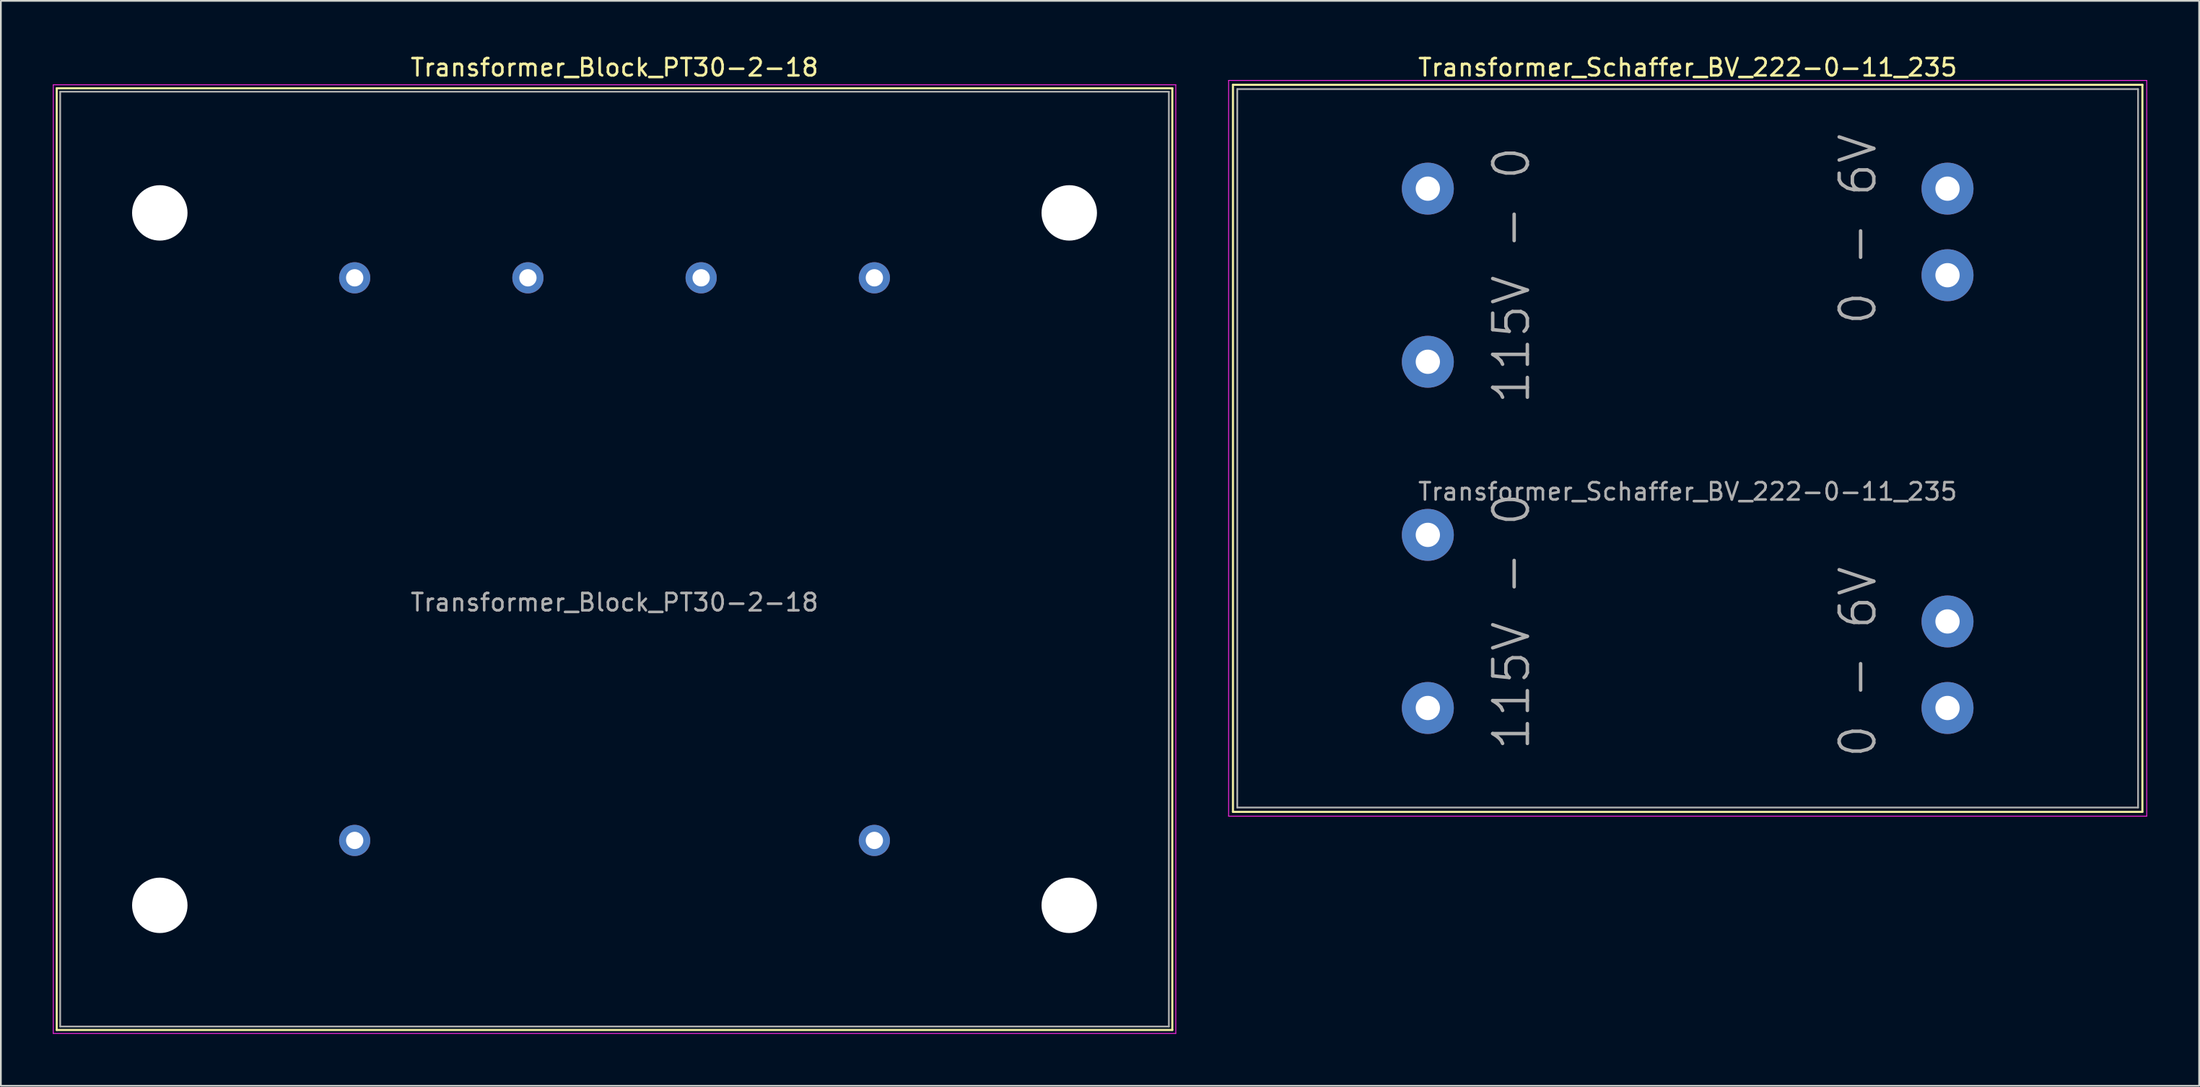
<source format=kicad_pcb>
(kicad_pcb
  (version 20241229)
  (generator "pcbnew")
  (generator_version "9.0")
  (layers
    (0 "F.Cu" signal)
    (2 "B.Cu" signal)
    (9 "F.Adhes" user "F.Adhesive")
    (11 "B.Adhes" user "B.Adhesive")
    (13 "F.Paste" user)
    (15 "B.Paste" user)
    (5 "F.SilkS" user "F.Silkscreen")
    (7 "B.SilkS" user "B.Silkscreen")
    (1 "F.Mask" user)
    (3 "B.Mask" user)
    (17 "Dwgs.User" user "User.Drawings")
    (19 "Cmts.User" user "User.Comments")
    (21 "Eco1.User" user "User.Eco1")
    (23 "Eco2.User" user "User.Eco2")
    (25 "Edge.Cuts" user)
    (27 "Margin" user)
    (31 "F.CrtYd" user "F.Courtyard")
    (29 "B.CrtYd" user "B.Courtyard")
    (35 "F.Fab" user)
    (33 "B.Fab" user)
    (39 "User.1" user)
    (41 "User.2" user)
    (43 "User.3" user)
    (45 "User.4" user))
  (footprint "Transformer_Schaffer_BV_222-0-11_235"
    (layer "F.Cu")
    (at 94.375 22.848)
    (property "Reference" "Transformer_Schaffer_BV_222-0-11_235" (at 0 -22 0) (unlocked yes) (layer "F.SilkS") (effects (font (size 1 1) (thickness 0.15))))
    (attr through_hole)
    (fp_line (start -26.25 -21) (end -26.25 21) (stroke (width 0.12) (type default)) (layer "F.SilkS"))
    (fp_line (start -26.25 21) (end 26.25 21) (stroke (width 0.12) (type default)) (layer "F.SilkS"))
    (fp_line (start 26.25 -21) (end -26.25 -21) (stroke (width 0.12) (type default)) (layer "F.SilkS"))
    (fp_line (start 26.25 21) (end 26.25 -21) (stroke (width 0.12) (type default)) (layer "F.SilkS"))
    (fp_line (start -26.5 -21.25) (end -26.5 21.25) (stroke (width 0.05) (type default)) (layer "F.CrtYd"))
    (fp_line (start -26.5 21.25) (end 26.5 21.25) (stroke (width 0.05) (type default)) (layer "F.CrtYd"))
    (fp_line (start 26.5 -21.25) (end -26.5 -21.25) (stroke (width 0.05) (type default)) (layer "F.CrtYd"))
    (fp_line (start 26.5 21.25) (end 26.5 -21.25) (stroke (width 0.05) (type default)) (layer "F.CrtYd"))
    (fp_line (start -26 -20.75) (end 26 -20.75) (stroke (width 0.1) (type default)) (layer "F.Fab"))
    (fp_line (start -26 20.75) (end -26 -20.75) (stroke (width 0.1) (type default)) (layer "F.Fab"))
    (fp_line (start 26 -20.75) (end 26 20.75) (stroke (width 0.1) (type default)) (layer "F.Fab"))
    (fp_line (start 26 20.75) (end -26 20.75) (stroke (width 0.1) (type default)) (layer "F.Fab"))
    (fp_text user "0 - 6V" (at 11 18 90) (unlocked yes) (layer "F.Fab") (effects (font (size 2 2) (thickness 0.2)) (justify left bottom)))
    (fp_text user "115V - 0" (at -9 -10 90) (unlocked yes) (layer "F.Fab") (effects (font (size 2 2) (thickness 0.2)) (justify bottom)))
    (fp_text user "${REFERENCE}" (at 0 2.5 0) (unlocked yes) (layer "F.Fab") (effects (font (size 1 1) (thickness 0.15))))
    (fp_text user "115V - 0" (at -9 10 90) (unlocked yes) (layer "F.Fab") (effects (font (size 2 2) (thickness 0.2)) (justify bottom)))
    (fp_text user "0 - 6V" (at 11 -7 90) (unlocked yes) (layer "F.Fab") (effects (font (size 2 2) (thickness 0.2)) (justify left bottom)))
    (pad "1" thru_hole circle (at -15 -15) (size 3 3) (drill 1.4) (layers "*.Cu" "*.Mask"))
    (pad "2" thru_hole circle (at -15 -5) (size 3 3) (drill 1.4) (layers "*.Cu" "*.Mask"))
    (pad "3" thru_hole circle (at -15 5) (size 3 3) (drill 1.4) (layers "*.Cu" "*.Mask"))
    (pad "4" thru_hole circle (at -15 15) (size 3 3) (drill 1.4) (layers "*.Cu" "*.Mask"))
    (pad "5" thru_hole circle (at 15 -15) (size 3 3) (drill 1.4) (layers "*.Cu" "*.Mask"))
    (pad "6" thru_hole circle (at 15 -10) (size 3 3) (drill 1.4) (layers "*.Cu" "*.Mask"))
    (pad "7" thru_hole circle (at 15 10) (size 3 3) (drill 1.4) (layers "*.Cu" "*.Mask"))
    (pad "8" thru_hole circle (at 15 15) (size 3 3) (drill 1.4) (layers "*.Cu" "*.Mask")))
  (footprint "Transformer_Block_PT30-2-18"
    (layer "F.Cu")
    (at 32.425 29.248)
    (property "Reference" "Transformer_Block_PT30-2-18" (at 0 -28.4 0) (unlocked yes) (layer "F.SilkS") (effects (font (size 1 1) (thickness 0.15))))
    (attr through_hole)
    (fp_line (start -32.2 -27.2) (end -32.2 27.2) (stroke (width 0.12) (type default)) (layer "F.SilkS"))
    (fp_line (start -32.2 27.2) (end 32.2 27.2) (stroke (width 0.12) (type default)) (layer "F.SilkS"))
    (fp_line (start 32.2 -27.2) (end -32.2 -27.2) (stroke (width 0.12) (type default)) (layer "F.SilkS"))
    (fp_line (start 32.2 27.2) (end 32.2 -27.2) (stroke (width 0.12) (type default)) (layer "F.SilkS"))
    (fp_line (start -32.4 -27.4) (end -32.4 27.4) (stroke (width 0.05) (type default)) (layer "F.CrtYd"))
    (fp_line (start -32.4 27.4) (end 32.4 27.4) (stroke (width 0.05) (type default)) (layer "F.CrtYd"))
    (fp_line (start 32.4 -27.4) (end -32.4 -27.4) (stroke (width 0.05) (type default)) (layer "F.CrtYd"))
    (fp_line (start 32.4 27.4) (end 32.4 -27.4) (stroke (width 0.05) (type default)) (layer "F.CrtYd"))
    (fp_line (start -32 -27) (end -32 27) (stroke (width 0.1) (type default)) (layer "F.Fab"))
    (fp_line (start -32 27) (end 32 27) (stroke (width 0.1) (type default)) (layer "F.Fab"))
    (fp_line (start 32 -27) (end -32 -27) (stroke (width 0.1) (type default)) (layer "F.Fab"))
    (fp_line (start 32 27) (end 32 -27) (stroke (width 0.1) (type default)) (layer "F.Fab"))
    (fp_text user "${REFERENCE}" (at 0 2.5 0) (unlocked yes) (layer "F.Fab") (effects (font (size 1 1) (thickness 0.15))))
    (pad "" np_thru_hole circle (at -26.25 -20) (size 3.2 3.2) (drill 3.2) (layers "*.Cu" "*.Mask"))
    (pad "" np_thru_hole circle (at -26.25 20) (size 3.2 3.2) (drill 3.2) (layers "*.Cu" "*.Mask"))
    (pad "" np_thru_hole circle (at 26.25 -20) (size 3.2 3.2) (drill 3.2) (layers "*.Cu" "*.Mask"))
    (pad "" np_thru_hole circle (at 26.25 20) (size 3.2 3.2) (drill 3.2) (layers "*.Cu" "*.Mask"))
    (pad "1" thru_hole circle (at -15 16.25) (size 1.8 1.8) (drill 1) (layers "*.Cu" "*.Mask"))
    (pad "2" thru_hole circle (at 15 16.25) (size 1.8 1.8) (drill 1) (layers "*.Cu" "*.Mask"))
    (pad "3" thru_hole circle (at 15 -16.25) (size 1.8 1.8) (drill 1) (layers "*.Cu" "*.Mask"))
    (pad "4" thru_hole circle (at 5 -16.25) (size 1.8 1.8) (drill 1) (layers "*.Cu" "*.Mask"))
    (pad "5" thru_hole circle (at -5 -16.25) (size 1.8 1.8) (drill 1) (layers "*.Cu" "*.Mask"))
    (pad "6" thru_hole circle (at -15 -16.25) (size 1.8 1.8) (drill 1) (layers "*.Cu" "*.Mask")))
  (gr_rect
    (start -3 -3)
    (end 123.9 59.673)
    (stroke (width 0.1) (type default))
    (fill no)
    (layer "Edge.Cuts")))
</source>
